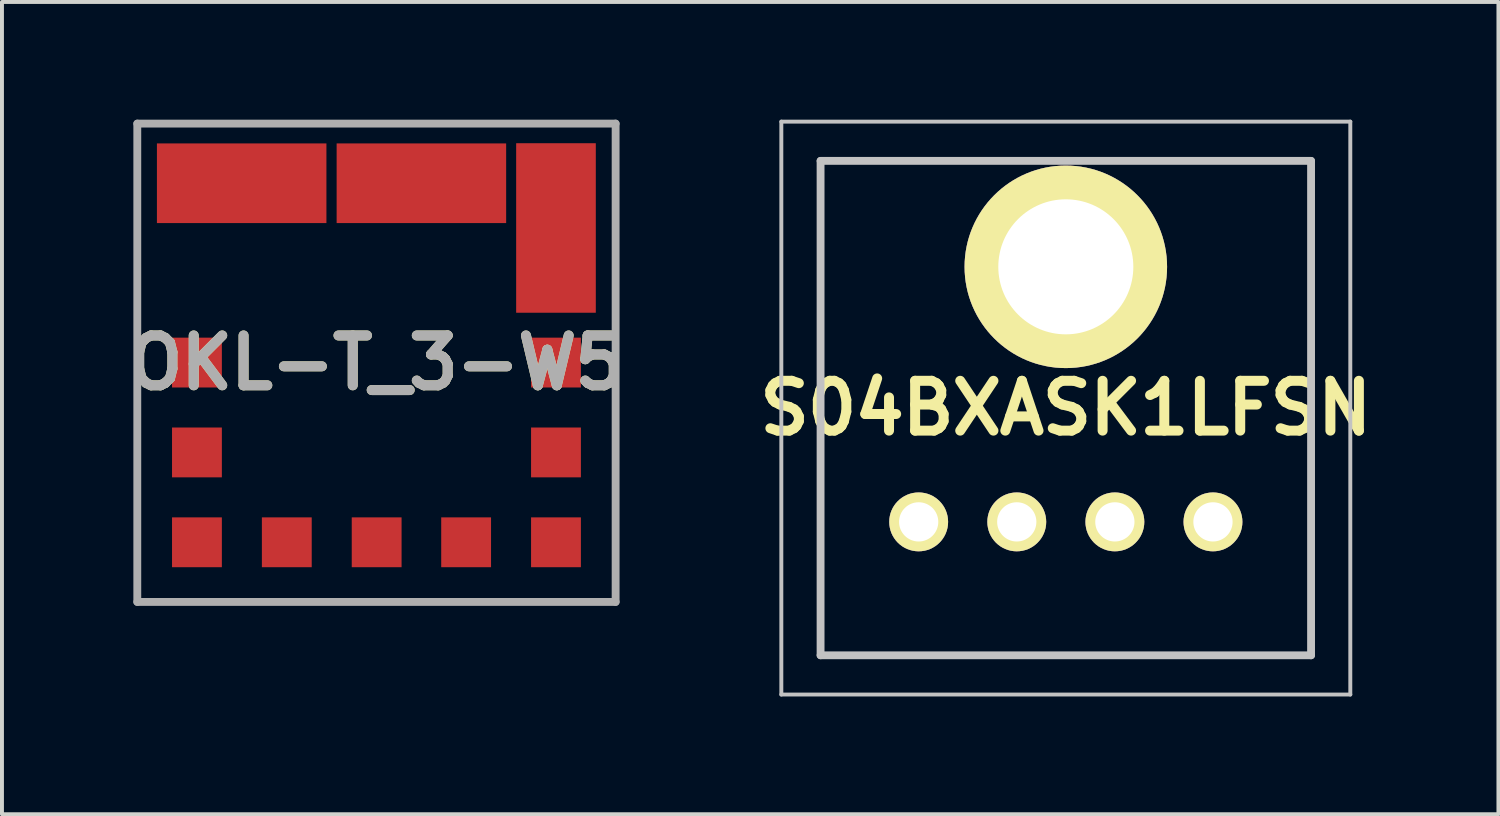
<source format=kicad_pcb>
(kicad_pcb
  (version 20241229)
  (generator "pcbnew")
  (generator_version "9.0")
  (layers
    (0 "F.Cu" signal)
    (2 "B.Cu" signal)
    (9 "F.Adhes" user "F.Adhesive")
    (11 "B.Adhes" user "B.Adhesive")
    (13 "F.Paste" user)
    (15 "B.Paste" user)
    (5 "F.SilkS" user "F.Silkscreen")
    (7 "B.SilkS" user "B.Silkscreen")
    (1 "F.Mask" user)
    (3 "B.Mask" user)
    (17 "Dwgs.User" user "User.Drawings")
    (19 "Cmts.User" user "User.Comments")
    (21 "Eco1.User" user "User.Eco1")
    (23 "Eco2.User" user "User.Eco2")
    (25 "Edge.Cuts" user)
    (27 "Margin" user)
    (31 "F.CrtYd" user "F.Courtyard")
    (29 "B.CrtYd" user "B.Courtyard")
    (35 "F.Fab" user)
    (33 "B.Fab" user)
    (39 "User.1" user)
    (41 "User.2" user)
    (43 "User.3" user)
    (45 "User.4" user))
  (footprint "S04BXASK1LFSN"
    (layer "F.Cu")
    (at 24.112 7.35)
    (property "Reference" "S04BXASK1LFSN" (at 0 0 0) (layer "F.SilkS") (effects (font (size 1.27 1.27) (thickness 0.254))))
    (attr through_hole)
    (fp_line (start -6.25 -6.3) (end 6.25 -6.3) (stroke (width 0.1) (type solid)) (layer "F.SilkS"))
    (fp_line (start -6.25 6.3) (end -6.25 -6.3) (stroke (width 0.1) (type solid)) (layer "F.SilkS"))
    (fp_line (start 6.25 -6.3) (end 6.25 6.3) (stroke (width 0.1) (type solid)) (layer "F.SilkS"))
    (fp_line (start 6.25 6.3) (end -6.25 6.3) (stroke (width 0.1) (type solid)) (layer "F.SilkS"))
    (fp_line (start -7.25 -7.3) (end 7.25 -7.3) (stroke (width 0.1) (type solid)) (layer "Dwgs.User"))
    (fp_line (start -7.25 7.3) (end -7.25 -7.3) (stroke (width 0.1) (type solid)) (layer "Dwgs.User"))
    (fp_line (start -6.25 -6.3) (end 6.25 -6.3) (stroke (width 0.2) (type solid)) (layer "Dwgs.User"))
    (fp_line (start -6.25 6.3) (end -6.25 -6.3) (stroke (width 0.2) (type solid)) (layer "Dwgs.User"))
    (fp_line (start 6.25 -6.3) (end 6.25 6.3) (stroke (width 0.2) (type solid)) (layer "Dwgs.User"))
    (fp_line (start 6.25 6.3) (end -6.25 6.3) (stroke (width 0.2) (type solid)) (layer "Dwgs.User"))
    (fp_line (start 7.25 -7.3) (end 7.25 7.3) (stroke (width 0.1) (type solid)) (layer "Dwgs.User"))
    (fp_line (start 7.25 7.3) (end -7.25 7.3) (stroke (width 0.1) (type solid)) (layer "Dwgs.User"))
    (pad "1" thru_hole circle (at -3.75 2.9 90) (size 1.5 1.5) (drill 1) (layers "*.Cu" "*.Mask" "F.SilkS"))
    (pad "2" thru_hole circle (at -1.25 2.9 90) (size 1.5 1.5) (drill 1) (layers "*.Cu" "*.Mask" "F.SilkS"))
    (pad "3" thru_hole circle (at 1.25 2.9 90) (size 1.5 1.5) (drill 1) (layers "*.Cu" "*.Mask" "F.SilkS"))
    (pad "4" thru_hole circle (at 3.75 2.9 90) (size 1.5 1.5) (drill 1) (layers "*.Cu" "*.Mask" "F.SilkS"))
    (pad "5" thru_hole circle (at 0 -3.6 90) (size 5.161 5.161) (drill 3.441) (layers "*.Cu" "*.Mask" "F.SilkS")))
  (footprint "OKL-T_3-W5"
    (layer "F.Cu")
    (at 12.639 12.29)
    (property "Reference" "OKL-T_3-W5" (at -6.095 -6.095 0) (layer "F.SilkS") (effects (font (size 1.27 1.27) (thickness 0.254))))
    (attr smd)
    (fp_line (start -12.19 -12.19) (end 0 -12.19) (stroke (width 0.1) (type solid)) (layer "F.SilkS"))
    (fp_line (start -12.19 0) (end -12.19 -12.19) (stroke (width 0.1) (type solid)) (layer "F.SilkS"))
    (fp_line (start 0 -12.19) (end 0 0) (stroke (width 0.1) (type solid)) (layer "F.SilkS"))
    (fp_line (start 0 0) (end -12.19 0) (stroke (width 0.1) (type solid)) (layer "F.SilkS"))
    (fp_line (start -12.19 -12.19) (end -12.19 0) (stroke (width 0.2) (type solid)) (layer "F.Fab"))
    (fp_line (start -12.19 0) (end 0 0) (stroke (width 0.2) (type solid)) (layer "F.Fab"))
    (fp_line (start 0 -12.19) (end -12.19 -12.19) (stroke (width 0.2) (type solid)) (layer "F.Fab"))
    (fp_line (start 0 0) (end 0 -12.19) (stroke (width 0.2) (type solid)) (layer "F.Fab"))
    (fp_text user "${REFERENCE}" (at -6.095 -6.095 0) (layer "F.Fab") (effects (font (size 1.27 1.27) (thickness 0.254))))
    (pad "1" smd rect (at -10.67 -6.1 90) (size 1.27 1.27) (layers "F.Cu" "F.Paste"))
    (pad "2" smd rect (at -9.53 -10.67 90) (size 2.03 4.32) (layers "F.Cu" "F.Paste"))
    (pad "3" smd rect (at -4.95 -10.67 90) (size 2.03 4.32) (layers "F.Cu" "F.Paste"))
    (pad "4" smd rect (at -1.52 -9.53) (size 2.03 4.32) (layers "F.Cu" "F.Paste"))
    (pad "5" smd rect (at -1.52 -6.1 90) (size 1.27 1.27) (layers "F.Cu" "F.Paste"))
    (pad "6" smd rect (at -1.52 -1.52 90) (size 1.27 1.27) (layers "F.Cu" "F.Paste"))
    (pad "7" smd rect (at -6.09 -1.52 90) (size 1.27 1.27) (layers "F.Cu" "F.Paste"))
    (pad "8" smd rect (at -8.38 -1.52 90) (size 1.27 1.27) (layers "F.Cu" "F.Paste"))
    (pad "9" smd rect (at -10.67 -1.52 90) (size 1.27 1.27) (layers "F.Cu" "F.Paste"))
    (pad "10" smd rect (at -10.67 -3.81 90) (size 1.27 1.27) (layers "F.Cu" "F.Paste"))
    (pad "11" smd rect (at -1.52 -3.81 90) (size 1.27 1.27) (layers "F.Cu" "F.Paste"))
    (pad "12" smd rect (at -3.81 -1.52 90) (size 1.27 1.27) (layers "F.Cu" "F.Paste")))
  (gr_rect
    (start -3 -3)
    (end 35.137 17.7)
    (stroke (width 0.1) (type default))
    (fill no)
    (layer "Edge.Cuts")))
</source>
